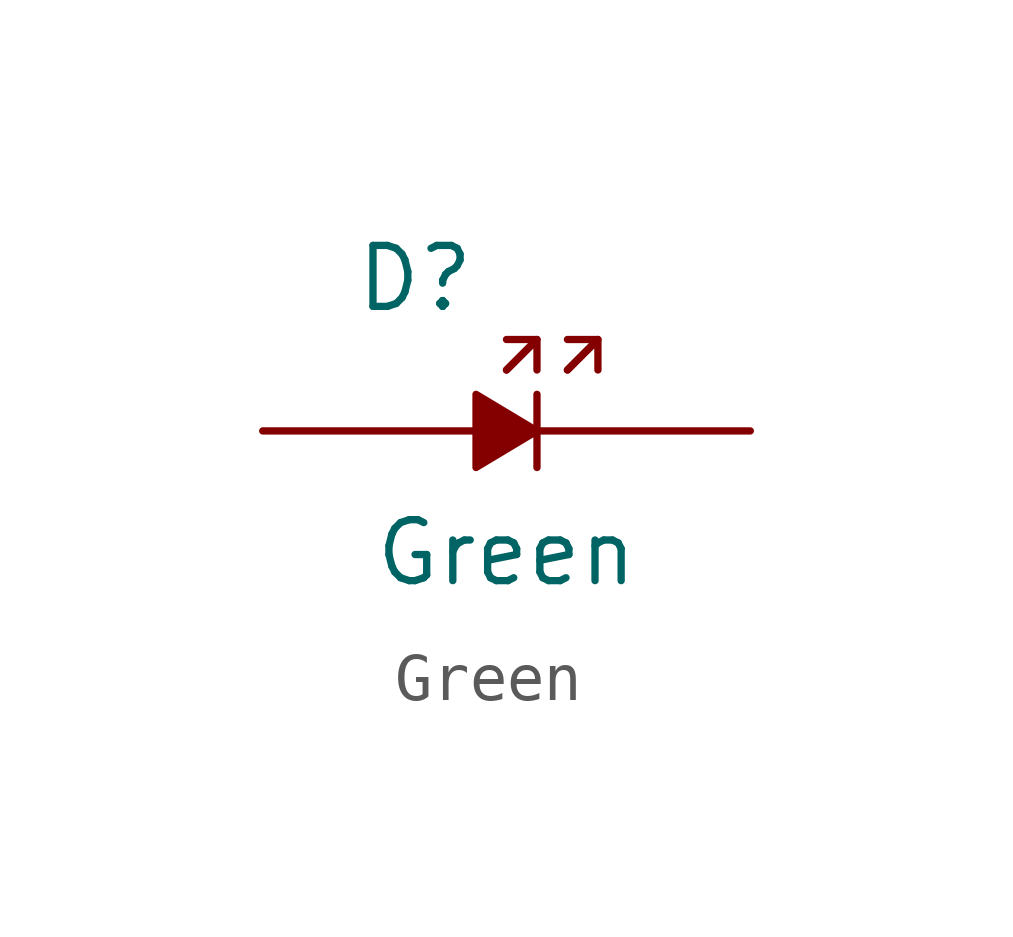
<source format=kicad_sym>
(kicad_symbol_lib
  (version 20241209)
  (generator "kicad_symbol_editor")
  (generator_version "9.0")
  (symbol "Green "
    (pin_numbers
      (hide yes))
    (pin_names
      (hide yes))
    (property "Reference" "D"
      (at -1.905 3.175 0)
      (effects (font (size 1.27 1.27))))
    (property "Value" "Green"
      (at 0 -2.54 0)
      (effects (font (size 1.27 1.27))))
    (symbol "Green _0_1"
      (polyline (pts (xy 0 1.27) (xy 0.635 1.905) (xy 0 1.905)) (stroke (width 0) (type default)) (fill (type none)))
      (polyline (pts (xy 0 1.27) (xy 0.635 1.905) (xy 0.635 1.27)) (stroke (width 0) (type default)) (fill (type none)))
      (polyline (pts (xy 0.635 0.762) (xy 0.635 -0.762)) (stroke (width 0) (type default)) (fill (type none)))
      (polyline (pts (xy 0.635 0) (xy -0.635 0.762) (xy -0.635 -0.762) (xy 0.635 0)) (stroke (width 0) (type default)) (fill (type outline)))
      (polyline (pts (xy 1.27 1.27) (xy 1.905 1.905) (xy 1.27 1.905)) (stroke (width 0) (type default)) (fill (type none)))
      (polyline (pts (xy 1.27 1.27) (xy 1.905 1.905) (xy 1.905 1.27)) (stroke (width 0) (type default)) (fill (type none))))
    (symbol "Green _1_1"
      (pin passive line (at -5.08 0 0) (length 4.445) (name "1" (effects (font (size 1.27 1.27)))) (number "1" (effects (font (size 1.27 1.27)))))
      (pin passive line (at 5.08 0 180) (length 4.445) (name "2" (effects (font (size 1.27 1.27)))) (number "2" (effects (font (size 1.27 1.27))))))))
</source>
